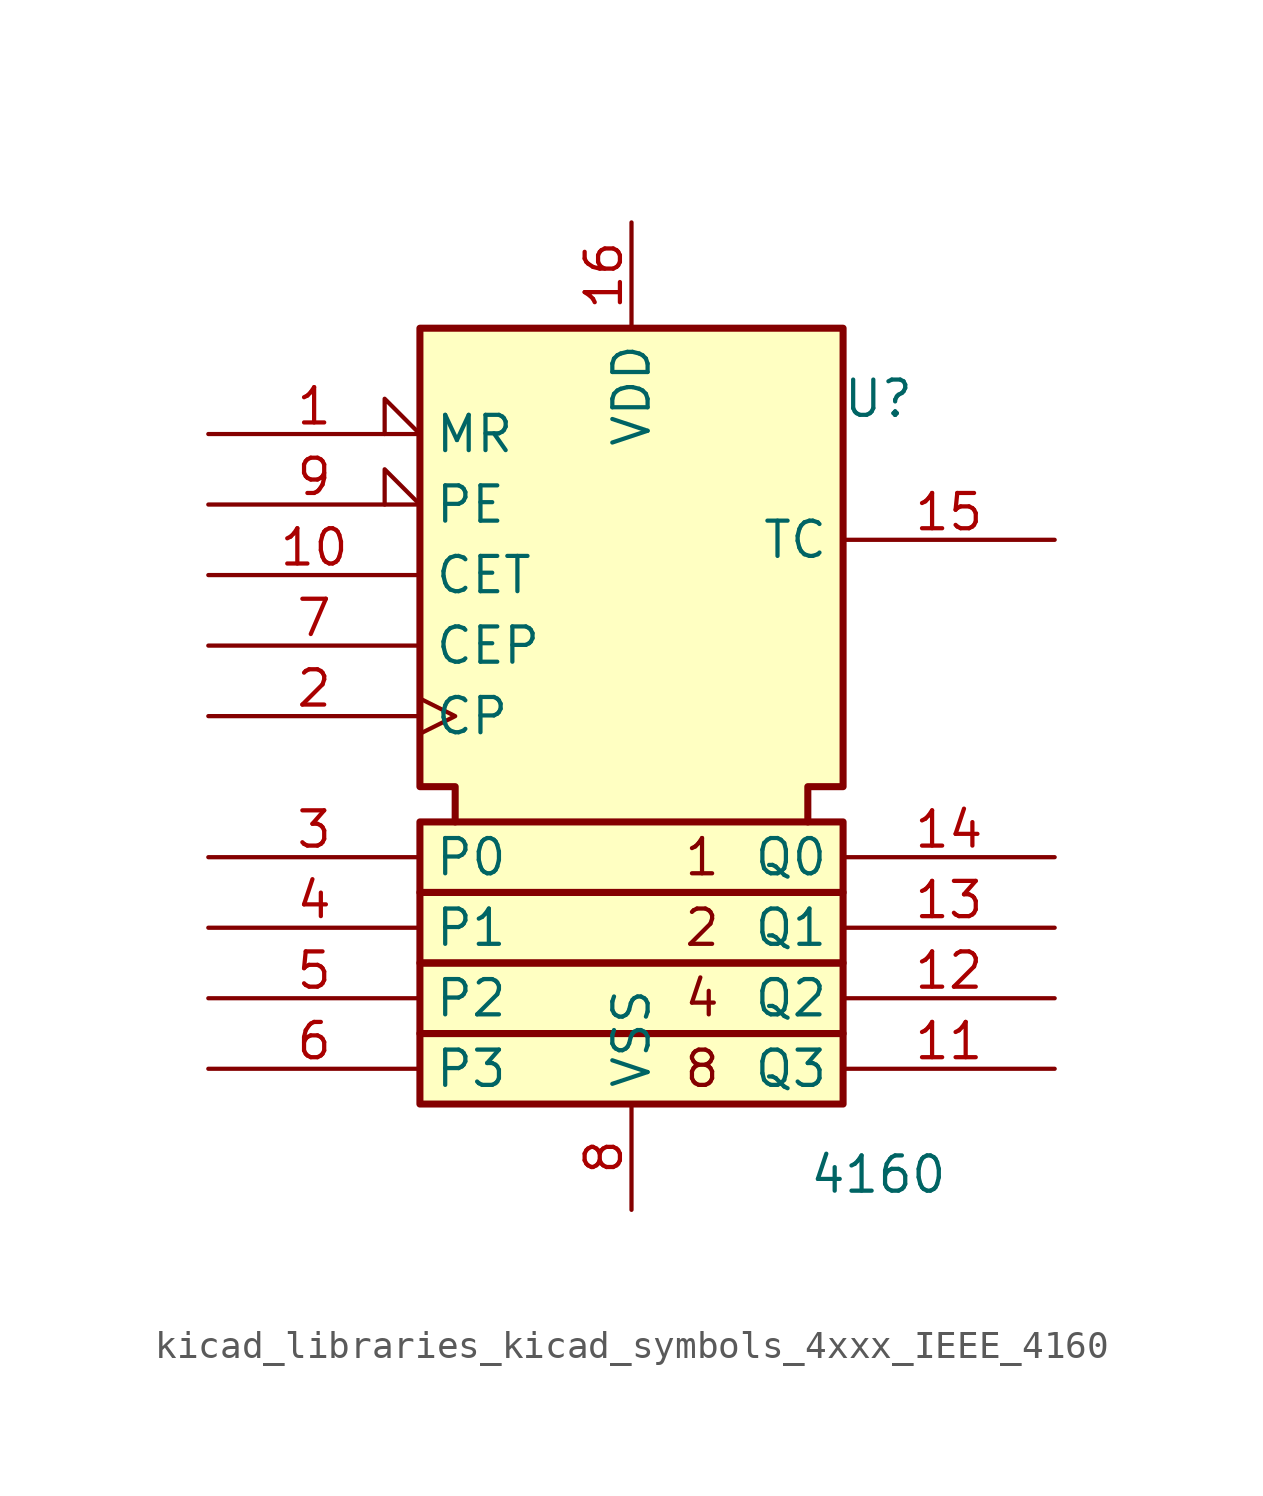
<source format=kicad_sym>
(kicad_symbol_lib
  (version 20220914)
  (generator kicad_symbol_editor)
  (symbol "kicad_libraries_kicad_symbols_4xxx_IEEE_4160"
    (property "Reference" "U"
      (at 8.89 8.89 0)
      (effects (font (size 1.27 1.27))))
    (property "Value" "4160"
      (at 8.89 -19.05 0)
      (effects (font (size 1.27 1.27))))
    (symbol "kicad_libraries_kicad_symbols_4xxx_IEEE_4160_0_0"
      (rectangle (start -7.62 -13.97) (end 7.62 -16.51) (stroke (width 0.254) (type default)) (fill (type background)))
      (rectangle (start -7.62 -11.43) (end 7.62 -13.97) (stroke (width 0.254) (type default)) (fill (type background)))
      (rectangle (start -7.62 -8.89) (end 7.62 -11.43) (stroke (width 0.254) (type default)) (fill (type background)))
      (rectangle (start -7.62 -6.35) (end 7.62 -8.89) (stroke (width 0.254) (type default)) (fill (type background)))
      (polyline (pts (xy -6.35 -6.35) (xy -6.35 -5.08) (xy -7.62 -5.08) (xy -7.62 11.43) (xy 7.62 11.43) (xy 7.62 -5.08) (xy 6.35 -5.08) (xy 6.35 -6.35) (xy 6.35 -6.35)) (stroke (width 0.254) (type default)) (fill (type background)))
      (text "1" (at 2.54 -7.62 0) (effects (font (size 1.27 1.27))))
      (text "2" (at 2.54 -10.16 0) (effects (font (size 1.27 1.27))))
      (text "4" (at 2.54 -12.7 0) (effects (font (size 1.27 1.27))))
      (text "8" (at 2.54 -15.24 0) (effects (font (size 1.27 1.27)))))
    (symbol "kicad_libraries_kicad_symbols_4xxx_IEEE_4160_1_1"
      (pin input input_low (at -15.24 7.62 0) (length 7.62) (name "MR" (effects (font (size 1.27 1.27)))) (number "1" (effects (font (size 1.27 1.27)))))
      (pin input line (at -15.24 2.54 0) (length 7.62) (name "CET" (effects (font (size 1.27 1.27)))) (number "10" (effects (font (size 1.27 1.27)))))
      (pin output line (at 15.24 -15.24 180) (length 7.62) (name "Q3" (effects (font (size 1.27 1.27)))) (number "11" (effects (font (size 1.27 1.27)))))
      (pin output line (at 15.24 -12.7 180) (length 7.62) (name "Q2" (effects (font (size 1.27 1.27)))) (number "12" (effects (font (size 1.27 1.27)))))
      (pin output line (at 15.24 -10.16 180) (length 7.62) (name "Q1" (effects (font (size 1.27 1.27)))) (number "13" (effects (font (size 1.27 1.27)))))
      (pin output line (at 15.24 -7.62 180) (length 7.62) (name "Q0" (effects (font (size 1.27 1.27)))) (number "14" (effects (font (size 1.27 1.27)))))
      (pin output line (at 15.24 3.81 180) (length 7.62) (name "TC" (effects (font (size 1.27 1.27)))) (number "15" (effects (font (size 1.27 1.27)))))
      (pin power_in line (at 0 15.24 270) (length 3.81) (name "VDD" (effects (font (size 1.27 1.27)))) (number "16" (effects (font (size 1.27 1.27)))))
      (pin input clock (at -15.24 -2.54 0) (length 7.62) (name "CP" (effects (font (size 1.27 1.27)))) (number "2" (effects (font (size 1.27 1.27)))))
      (pin input line (at -15.24 -7.62 0) (length 7.62) (name "P0" (effects (font (size 1.27 1.27)))) (number "3" (effects (font (size 1.27 1.27)))))
      (pin input line (at -15.24 -10.16 0) (length 7.62) (name "P1" (effects (font (size 1.27 1.27)))) (number "4" (effects (font (size 1.27 1.27)))))
      (pin input line (at -15.24 -12.7 0) (length 7.62) (name "P2" (effects (font (size 1.27 1.27)))) (number "5" (effects (font (size 1.27 1.27)))))
      (pin input line (at -15.24 -15.24 0) (length 7.62) (name "P3" (effects (font (size 1.27 1.27)))) (number "6" (effects (font (size 1.27 1.27)))))
      (pin input line (at -15.24 0 0) (length 7.62) (name "CEP" (effects (font (size 1.27 1.27)))) (number "7" (effects (font (size 1.27 1.27)))))
      (pin power_in line (at 0 -20.32 90) (length 3.81) (name "VSS" (effects (font (size 1.27 1.27)))) (number "8" (effects (font (size 1.27 1.27)))))
      (pin input input_low (at -15.24 5.08 0) (length 7.62) (name "PE" (effects (font (size 1.27 1.27)))) (number "9" (effects (font (size 1.27 1.27))))))))
</source>
